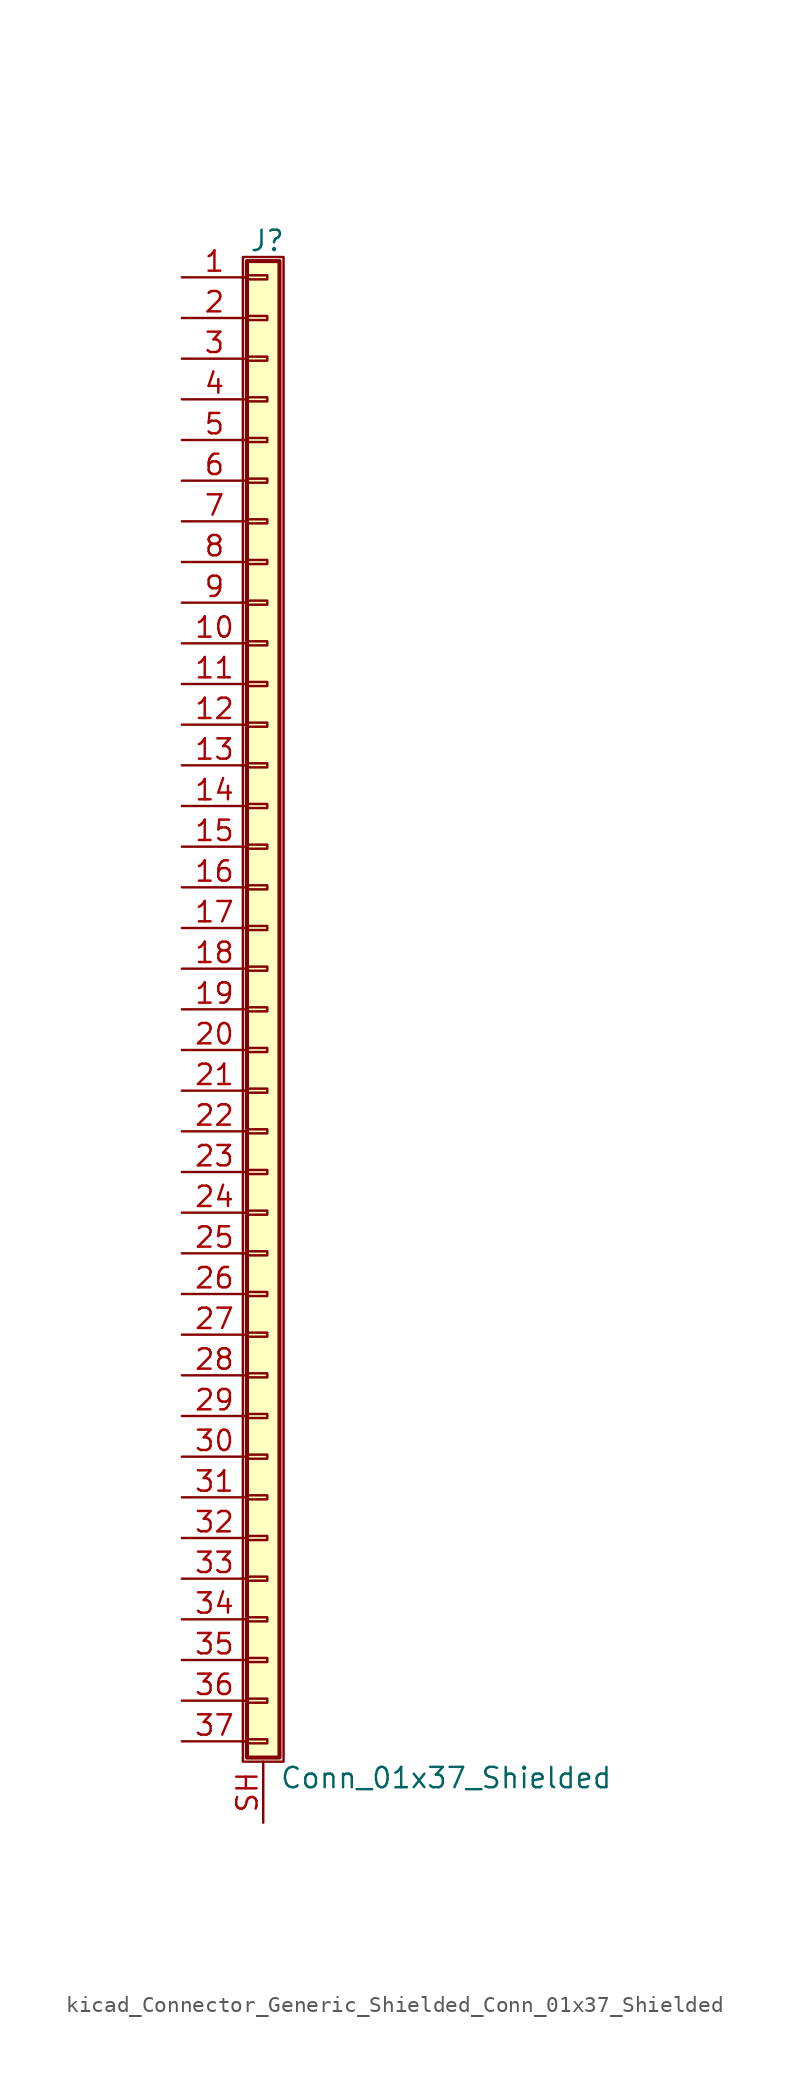
<source format=kicad_sym>
(kicad_symbol_lib
  (version 20220914)
  (generator kicad_symbol_editor)
  (symbol "kicad_Connector_Generic_Shielded_Conn_01x37_Shielded"
    (pin_names
      (offset 1.016) hide)
    (property "Reference" "J"
      (at 0.254 48.006 0)
      (effects (font (size 1.27 1.27))))
    (property "Value" "Conn_01x37_Shielded"
      (at 1.016 -48.006 0)
      (effects (font (size 1.27 1.27)) (justify left)))
    (symbol "kicad_Connector_Generic_Shielded_Conn_01x37_Shielded_1_1"
      (rectangle (start -1.27 46.99) (end 1.27 -46.99) (stroke (width 0.152) (type default)) (fill (type none)))
      (rectangle (start -1.016 -45.593) (end 0.254 -45.847) (stroke (width 0.152) (type default)) (fill (type none)))
      (rectangle (start -1.016 -43.053) (end 0.254 -43.307) (stroke (width 0.152) (type default)) (fill (type none)))
      (rectangle (start -1.016 -40.513) (end 0.254 -40.767) (stroke (width 0.152) (type default)) (fill (type none)))
      (rectangle (start -1.016 -37.973) (end 0.254 -38.227) (stroke (width 0.152) (type default)) (fill (type none)))
      (rectangle (start -1.016 -35.433) (end 0.254 -35.687) (stroke (width 0.152) (type default)) (fill (type none)))
      (rectangle (start -1.016 -32.893) (end 0.254 -33.147) (stroke (width 0.152) (type default)) (fill (type none)))
      (rectangle (start -1.016 -30.353) (end 0.254 -30.607) (stroke (width 0.152) (type default)) (fill (type none)))
      (rectangle (start -1.016 -27.813) (end 0.254 -28.067) (stroke (width 0.152) (type default)) (fill (type none)))
      (rectangle (start -1.016 -25.273) (end 0.254 -25.527) (stroke (width 0.152) (type default)) (fill (type none)))
      (rectangle (start -1.016 -22.733) (end 0.254 -22.987) (stroke (width 0.152) (type default)) (fill (type none)))
      (rectangle (start -1.016 -20.193) (end 0.254 -20.447) (stroke (width 0.152) (type default)) (fill (type none)))
      (rectangle (start -1.016 -17.653) (end 0.254 -17.907) (stroke (width 0.152) (type default)) (fill (type none)))
      (rectangle (start -1.016 -15.113) (end 0.254 -15.367) (stroke (width 0.152) (type default)) (fill (type none)))
      (rectangle (start -1.016 -12.573) (end 0.254 -12.827) (stroke (width 0.152) (type default)) (fill (type none)))
      (rectangle (start -1.016 -10.033) (end 0.254 -10.287) (stroke (width 0.152) (type default)) (fill (type none)))
      (rectangle (start -1.016 -7.493) (end 0.254 -7.747) (stroke (width 0.152) (type default)) (fill (type none)))
      (rectangle (start -1.016 -4.953) (end 0.254 -5.207) (stroke (width 0.152) (type default)) (fill (type none)))
      (rectangle (start -1.016 -2.413) (end 0.254 -2.667) (stroke (width 0.152) (type default)) (fill (type none)))
      (rectangle (start -1.016 0.127) (end 0.254 -0.127) (stroke (width 0.152) (type default)) (fill (type none)))
      (rectangle (start -1.016 2.667) (end 0.254 2.413) (stroke (width 0.152) (type default)) (fill (type none)))
      (rectangle (start -1.016 5.207) (end 0.254 4.953) (stroke (width 0.152) (type default)) (fill (type none)))
      (rectangle (start -1.016 7.747) (end 0.254 7.493) (stroke (width 0.152) (type default)) (fill (type none)))
      (rectangle (start -1.016 10.287) (end 0.254 10.033) (stroke (width 0.152) (type default)) (fill (type none)))
      (rectangle (start -1.016 12.827) (end 0.254 12.573) (stroke (width 0.152) (type default)) (fill (type none)))
      (rectangle (start -1.016 15.367) (end 0.254 15.113) (stroke (width 0.152) (type default)) (fill (type none)))
      (rectangle (start -1.016 17.907) (end 0.254 17.653) (stroke (width 0.152) (type default)) (fill (type none)))
      (rectangle (start -1.016 20.447) (end 0.254 20.193) (stroke (width 0.152) (type default)) (fill (type none)))
      (rectangle (start -1.016 22.987) (end 0.254 22.733) (stroke (width 0.152) (type default)) (fill (type none)))
      (rectangle (start -1.016 25.527) (end 0.254 25.273) (stroke (width 0.152) (type default)) (fill (type none)))
      (rectangle (start -1.016 28.067) (end 0.254 27.813) (stroke (width 0.152) (type default)) (fill (type none)))
      (rectangle (start -1.016 30.607) (end 0.254 30.353) (stroke (width 0.152) (type default)) (fill (type none)))
      (rectangle (start -1.016 33.147) (end 0.254 32.893) (stroke (width 0.152) (type default)) (fill (type none)))
      (rectangle (start -1.016 35.687) (end 0.254 35.433) (stroke (width 0.152) (type default)) (fill (type none)))
      (rectangle (start -1.016 38.227) (end 0.254 37.973) (stroke (width 0.152) (type default)) (fill (type none)))
      (rectangle (start -1.016 40.767) (end 0.254 40.513) (stroke (width 0.152) (type default)) (fill (type none)))
      (rectangle (start -1.016 43.307) (end 0.254 43.053) (stroke (width 0.152) (type default)) (fill (type none)))
      (rectangle (start -1.016 45.847) (end 0.254 45.593) (stroke (width 0.152) (type default)) (fill (type none)))
      (rectangle (start -1.016 46.736) (end 1.016 -46.736) (stroke (width 0.254) (type default)) (fill (type background)))
      (pin passive line (at -5.08 45.72 0) (length 4.064) (name "Pin_1" (effects (font (size 1.27 1.27)))) (number "1" (effects (font (size 1.27 1.27)))))
      (pin passive line (at -5.08 22.86 0) (length 4.064) (name "Pin_10" (effects (font (size 1.27 1.27)))) (number "10" (effects (font (size 1.27 1.27)))))
      (pin passive line (at -5.08 20.32 0) (length 4.064) (name "Pin_11" (effects (font (size 1.27 1.27)))) (number "11" (effects (font (size 1.27 1.27)))))
      (pin passive line (at -5.08 17.78 0) (length 4.064) (name "Pin_12" (effects (font (size 1.27 1.27)))) (number "12" (effects (font (size 1.27 1.27)))))
      (pin passive line (at -5.08 15.24 0) (length 4.064) (name "Pin_13" (effects (font (size 1.27 1.27)))) (number "13" (effects (font (size 1.27 1.27)))))
      (pin passive line (at -5.08 12.7 0) (length 4.064) (name "Pin_14" (effects (font (size 1.27 1.27)))) (number "14" (effects (font (size 1.27 1.27)))))
      (pin passive line (at -5.08 10.16 0) (length 4.064) (name "Pin_15" (effects (font (size 1.27 1.27)))) (number "15" (effects (font (size 1.27 1.27)))))
      (pin passive line (at -5.08 7.62 0) (length 4.064) (name "Pin_16" (effects (font (size 1.27 1.27)))) (number "16" (effects (font (size 1.27 1.27)))))
      (pin passive line (at -5.08 5.08 0) (length 4.064) (name "Pin_17" (effects (font (size 1.27 1.27)))) (number "17" (effects (font (size 1.27 1.27)))))
      (pin passive line (at -5.08 2.54 0) (length 4.064) (name "Pin_18" (effects (font (size 1.27 1.27)))) (number "18" (effects (font (size 1.27 1.27)))))
      (pin passive line (at -5.08 0 0) (length 4.064) (name "Pin_19" (effects (font (size 1.27 1.27)))) (number "19" (effects (font (size 1.27 1.27)))))
      (pin passive line (at -5.08 43.18 0) (length 4.064) (name "Pin_2" (effects (font (size 1.27 1.27)))) (number "2" (effects (font (size 1.27 1.27)))))
      (pin passive line (at -5.08 -2.54 0) (length 4.064) (name "Pin_20" (effects (font (size 1.27 1.27)))) (number "20" (effects (font (size 1.27 1.27)))))
      (pin passive line (at -5.08 -5.08 0) (length 4.064) (name "Pin_21" (effects (font (size 1.27 1.27)))) (number "21" (effects (font (size 1.27 1.27)))))
      (pin passive line (at -5.08 -7.62 0) (length 4.064) (name "Pin_22" (effects (font (size 1.27 1.27)))) (number "22" (effects (font (size 1.27 1.27)))))
      (pin passive line (at -5.08 -10.16 0) (length 4.064) (name "Pin_23" (effects (font (size 1.27 1.27)))) (number "23" (effects (font (size 1.27 1.27)))))
      (pin passive line (at -5.08 -12.7 0) (length 4.064) (name "Pin_24" (effects (font (size 1.27 1.27)))) (number "24" (effects (font (size 1.27 1.27)))))
      (pin passive line (at -5.08 -15.24 0) (length 4.064) (name "Pin_25" (effects (font (size 1.27 1.27)))) (number "25" (effects (font (size 1.27 1.27)))))
      (pin passive line (at -5.08 -17.78 0) (length 4.064) (name "Pin_26" (effects (font (size 1.27 1.27)))) (number "26" (effects (font (size 1.27 1.27)))))
      (pin passive line (at -5.08 -20.32 0) (length 4.064) (name "Pin_27" (effects (font (size 1.27 1.27)))) (number "27" (effects (font (size 1.27 1.27)))))
      (pin passive line (at -5.08 -22.86 0) (length 4.064) (name "Pin_28" (effects (font (size 1.27 1.27)))) (number "28" (effects (font (size 1.27 1.27)))))
      (pin passive line (at -5.08 -25.4 0) (length 4.064) (name "Pin_29" (effects (font (size 1.27 1.27)))) (number "29" (effects (font (size 1.27 1.27)))))
      (pin passive line (at -5.08 40.64 0) (length 4.064) (name "Pin_3" (effects (font (size 1.27 1.27)))) (number "3" (effects (font (size 1.27 1.27)))))
      (pin passive line (at -5.08 -27.94 0) (length 4.064) (name "Pin_30" (effects (font (size 1.27 1.27)))) (number "30" (effects (font (size 1.27 1.27)))))
      (pin passive line (at -5.08 -30.48 0) (length 4.064) (name "Pin_31" (effects (font (size 1.27 1.27)))) (number "31" (effects (font (size 1.27 1.27)))))
      (pin passive line (at -5.08 -33.02 0) (length 4.064) (name "Pin_32" (effects (font (size 1.27 1.27)))) (number "32" (effects (font (size 1.27 1.27)))))
      (pin passive line (at -5.08 -35.56 0) (length 4.064) (name "Pin_33" (effects (font (size 1.27 1.27)))) (number "33" (effects (font (size 1.27 1.27)))))
      (pin passive line (at -5.08 -38.1 0) (length 4.064) (name "Pin_34" (effects (font (size 1.27 1.27)))) (number "34" (effects (font (size 1.27 1.27)))))
      (pin passive line (at -5.08 -40.64 0) (length 4.064) (name "Pin_35" (effects (font (size 1.27 1.27)))) (number "35" (effects (font (size 1.27 1.27)))))
      (pin passive line (at -5.08 -43.18 0) (length 4.064) (name "Pin_36" (effects (font (size 1.27 1.27)))) (number "36" (effects (font (size 1.27 1.27)))))
      (pin passive line (at -5.08 -45.72 0) (length 4.064) (name "Pin_37" (effects (font (size 1.27 1.27)))) (number "37" (effects (font (size 1.27 1.27)))))
      (pin passive line (at -5.08 38.1 0) (length 4.064) (name "Pin_4" (effects (font (size 1.27 1.27)))) (number "4" (effects (font (size 1.27 1.27)))))
      (pin passive line (at -5.08 35.56 0) (length 4.064) (name "Pin_5" (effects (font (size 1.27 1.27)))) (number "5" (effects (font (size 1.27 1.27)))))
      (pin passive line (at -5.08 33.02 0) (length 4.064) (name "Pin_6" (effects (font (size 1.27 1.27)))) (number "6" (effects (font (size 1.27 1.27)))))
      (pin passive line (at -5.08 30.48 0) (length 4.064) (name "Pin_7" (effects (font (size 1.27 1.27)))) (number "7" (effects (font (size 1.27 1.27)))))
      (pin passive line (at -5.08 27.94 0) (length 4.064) (name "Pin_8" (effects (font (size 1.27 1.27)))) (number "8" (effects (font (size 1.27 1.27)))))
      (pin passive line (at -5.08 25.4 0) (length 4.064) (name "Pin_9" (effects (font (size 1.27 1.27)))) (number "9" (effects (font (size 1.27 1.27)))))
      (pin passive line (at 0 -50.8 90) (length 3.81) (name "Shield" (effects (font (size 1.27 1.27)))) (number "SH" (effects (font (size 1.27 1.27))))))))
</source>
